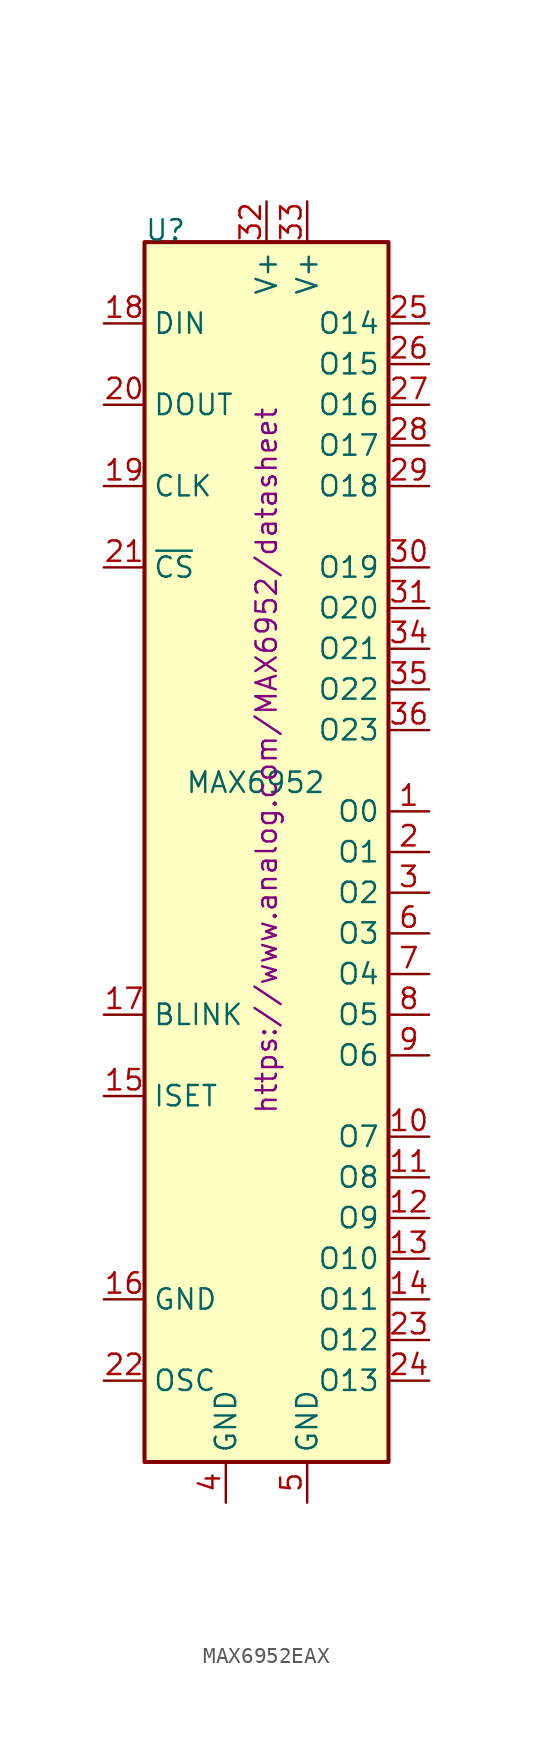
<source format=kicad_sym>
(kicad_symbol_lib
  (version 20220914)
  (generator kicad_symbol_editor)
  (symbol "MAX6952EAX"
    (property "Reference" "U"
      (at -7.62 38.1 0)
      (do_not_autoplace)
      (effects (font (size 1.27 1.27)) (justify left bottom)))
    (property "Value" "MAX6952"
      (at -5.08 5.08 0)
      (do_not_autoplace)
      (effects (font (size 1.27 1.27)) (justify left top)))
    (property "Datasheet" "https://www.analog.com/MAX6952/datasheet"
      (at 0 5.715 90)
      (do_not_autoplace)
      (effects (font (size 1.27 1.27))))
    (symbol "MAX6952EAX_0_1"
      (rectangle (start -7.62 38.1) (end 7.62 -38.1) (stroke (width 0.254) (type default)) (fill (type background))))
    (symbol "MAX6952EAX_1_1"
      (pin output line (at 10.16 2.54 180) (length 2.54) (name "O0" (effects (font (size 1.27 1.27)))) (number "1" (effects (font (size 1.27 1.27)))))
      (pin output line (at 10.16 -17.78 180) (length 2.54) (name "O7" (effects (font (size 1.27 1.27)))) (number "10" (effects (font (size 1.27 1.27)))))
      (pin output line (at 10.16 -20.32 180) (length 2.54) (name "O8" (effects (font (size 1.27 1.27)))) (number "11" (effects (font (size 1.27 1.27)))))
      (pin output line (at 10.16 -22.86 180) (length 2.54) (name "O9" (effects (font (size 1.27 1.27)))) (number "12" (effects (font (size 1.27 1.27)))))
      (pin output line (at 10.16 -25.4 180) (length 2.54) (name "O10" (effects (font (size 1.27 1.27)))) (number "13" (effects (font (size 1.27 1.27)))))
      (pin output line (at 10.16 -27.94 180) (length 2.54) (name "O11" (effects (font (size 1.27 1.27)))) (number "14" (effects (font (size 1.27 1.27)))))
      (pin passive line (at -10.16 -15.24 0) (length 2.54) (name "ISET" (effects (font (size 1.27 1.27)))) (number "15" (effects (font (size 1.27 1.27)))))
      (pin power_in line (at -10.16 -27.94 0) (length 2.54) (name "GND" (effects (font (size 1.27 1.27)))) (number "16" (effects (font (size 1.27 1.27)))))
      (pin output line (at -10.16 -10.16 0) (length 2.54) (name "BLINK" (effects (font (size 1.27 1.27)))) (number "17" (effects (font (size 1.27 1.27)))))
      (pin input line (at -10.16 33.02 0) (length 2.54) (name "DIN" (effects (font (size 1.27 1.27)))) (number "18" (effects (font (size 1.27 1.27)))))
      (pin input line (at -10.16 22.86 0) (length 2.54) (name "CLK" (effects (font (size 1.27 1.27)))) (number "19" (effects (font (size 1.27 1.27)))))
      (pin output line (at 10.16 0 180) (length 2.54) (name "O1" (effects (font (size 1.27 1.27)))) (number "2" (effects (font (size 1.27 1.27)))))
      (pin output line (at -10.16 27.94 0) (length 2.54) (name "DOUT" (effects (font (size 1.27 1.27)))) (number "20" (effects (font (size 1.27 1.27)))))
      (pin input line (at -10.16 17.78 0) (length 2.54) (name "~{CS}" (effects (font (size 1.27 1.27)))) (number "21" (effects (font (size 1.27 1.27)))))
      (pin passive line (at -10.16 -33.02 0) (length 2.54) (name "OSC" (effects (font (size 1.27 1.27)))) (number "22" (effects (font (size 1.27 1.27)))))
      (pin output line (at 10.16 -30.48 180) (length 2.54) (name "O12" (effects (font (size 1.27 1.27)))) (number "23" (effects (font (size 1.27 1.27)))))
      (pin output line (at 10.16 -33.02 180) (length 2.54) (name "O13" (effects (font (size 1.27 1.27)))) (number "24" (effects (font (size 1.27 1.27)))))
      (pin output line (at 10.16 33.02 180) (length 2.54) (name "O14" (effects (font (size 1.27 1.27)))) (number "25" (effects (font (size 1.27 1.27)))))
      (pin output line (at 10.16 30.48 180) (length 2.54) (name "O15" (effects (font (size 1.27 1.27)))) (number "26" (effects (font (size 1.27 1.27)))))
      (pin output line (at 10.16 27.94 180) (length 2.54) (name "O16" (effects (font (size 1.27 1.27)))) (number "27" (effects (font (size 1.27 1.27)))))
      (pin output line (at 10.16 25.4 180) (length 2.54) (name "O17" (effects (font (size 1.27 1.27)))) (number "28" (effects (font (size 1.27 1.27)))))
      (pin output line (at 10.16 22.86 180) (length 2.54) (name "O18" (effects (font (size 1.27 1.27)))) (number "29" (effects (font (size 1.27 1.27)))))
      (pin output line (at 10.16 -2.54 180) (length 2.54) (name "O2" (effects (font (size 1.27 1.27)))) (number "3" (effects (font (size 1.27 1.27)))))
      (pin output line (at 10.16 17.78 180) (length 2.54) (name "O19" (effects (font (size 1.27 1.27)))) (number "30" (effects (font (size 1.27 1.27)))))
      (pin output line (at 10.16 15.24 180) (length 2.54) (name "O20" (effects (font (size 1.27 1.27)))) (number "31" (effects (font (size 1.27 1.27)))))
      (pin power_in line (at 0 40.64 270) (length 2.54) (name "V+" (effects (font (size 1.27 1.27)))) (number "32" (effects (font (size 1.27 1.27)))))
      (pin power_in line (at 2.54 40.64 270) (length 2.54) (name "V+" (effects (font (size 1.27 1.27)))) (number "33" (effects (font (size 1.27 1.27)))))
      (pin output line (at 10.16 12.7 180) (length 2.54) (name "O21" (effects (font (size 1.27 1.27)))) (number "34" (effects (font (size 1.27 1.27)))))
      (pin output line (at 10.16 10.16 180) (length 2.54) (name "O22" (effects (font (size 1.27 1.27)))) (number "35" (effects (font (size 1.27 1.27)))))
      (pin output line (at 10.16 7.62 180) (length 2.54) (name "O23" (effects (font (size 1.27 1.27)))) (number "36" (effects (font (size 1.27 1.27)))))
      (pin power_in line (at -2.54 -40.64 90) (length 2.54) (name "GND" (effects (font (size 1.27 1.27)))) (number "4" (effects (font (size 1.27 1.27)))))
      (pin power_in line (at 2.54 -40.64 90) (length 2.54) (name "GND" (effects (font (size 1.27 1.27)))) (number "5" (effects (font (size 1.27 1.27)))))
      (pin output line (at 10.16 -5.08 180) (length 2.54) (name "O3" (effects (font (size 1.27 1.27)))) (number "6" (effects (font (size 1.27 1.27)))))
      (pin output line (at 10.16 -7.62 180) (length 2.54) (name "O4" (effects (font (size 1.27 1.27)))) (number "7" (effects (font (size 1.27 1.27)))))
      (pin output line (at 10.16 -10.16 180) (length 2.54) (name "O5" (effects (font (size 1.27 1.27)))) (number "8" (effects (font (size 1.27 1.27)))))
      (pin output line (at 10.16 -12.7 180) (length 2.54) (name "O6" (effects (font (size 1.27 1.27)))) (number "9" (effects (font (size 1.27 1.27))))))))
</source>
